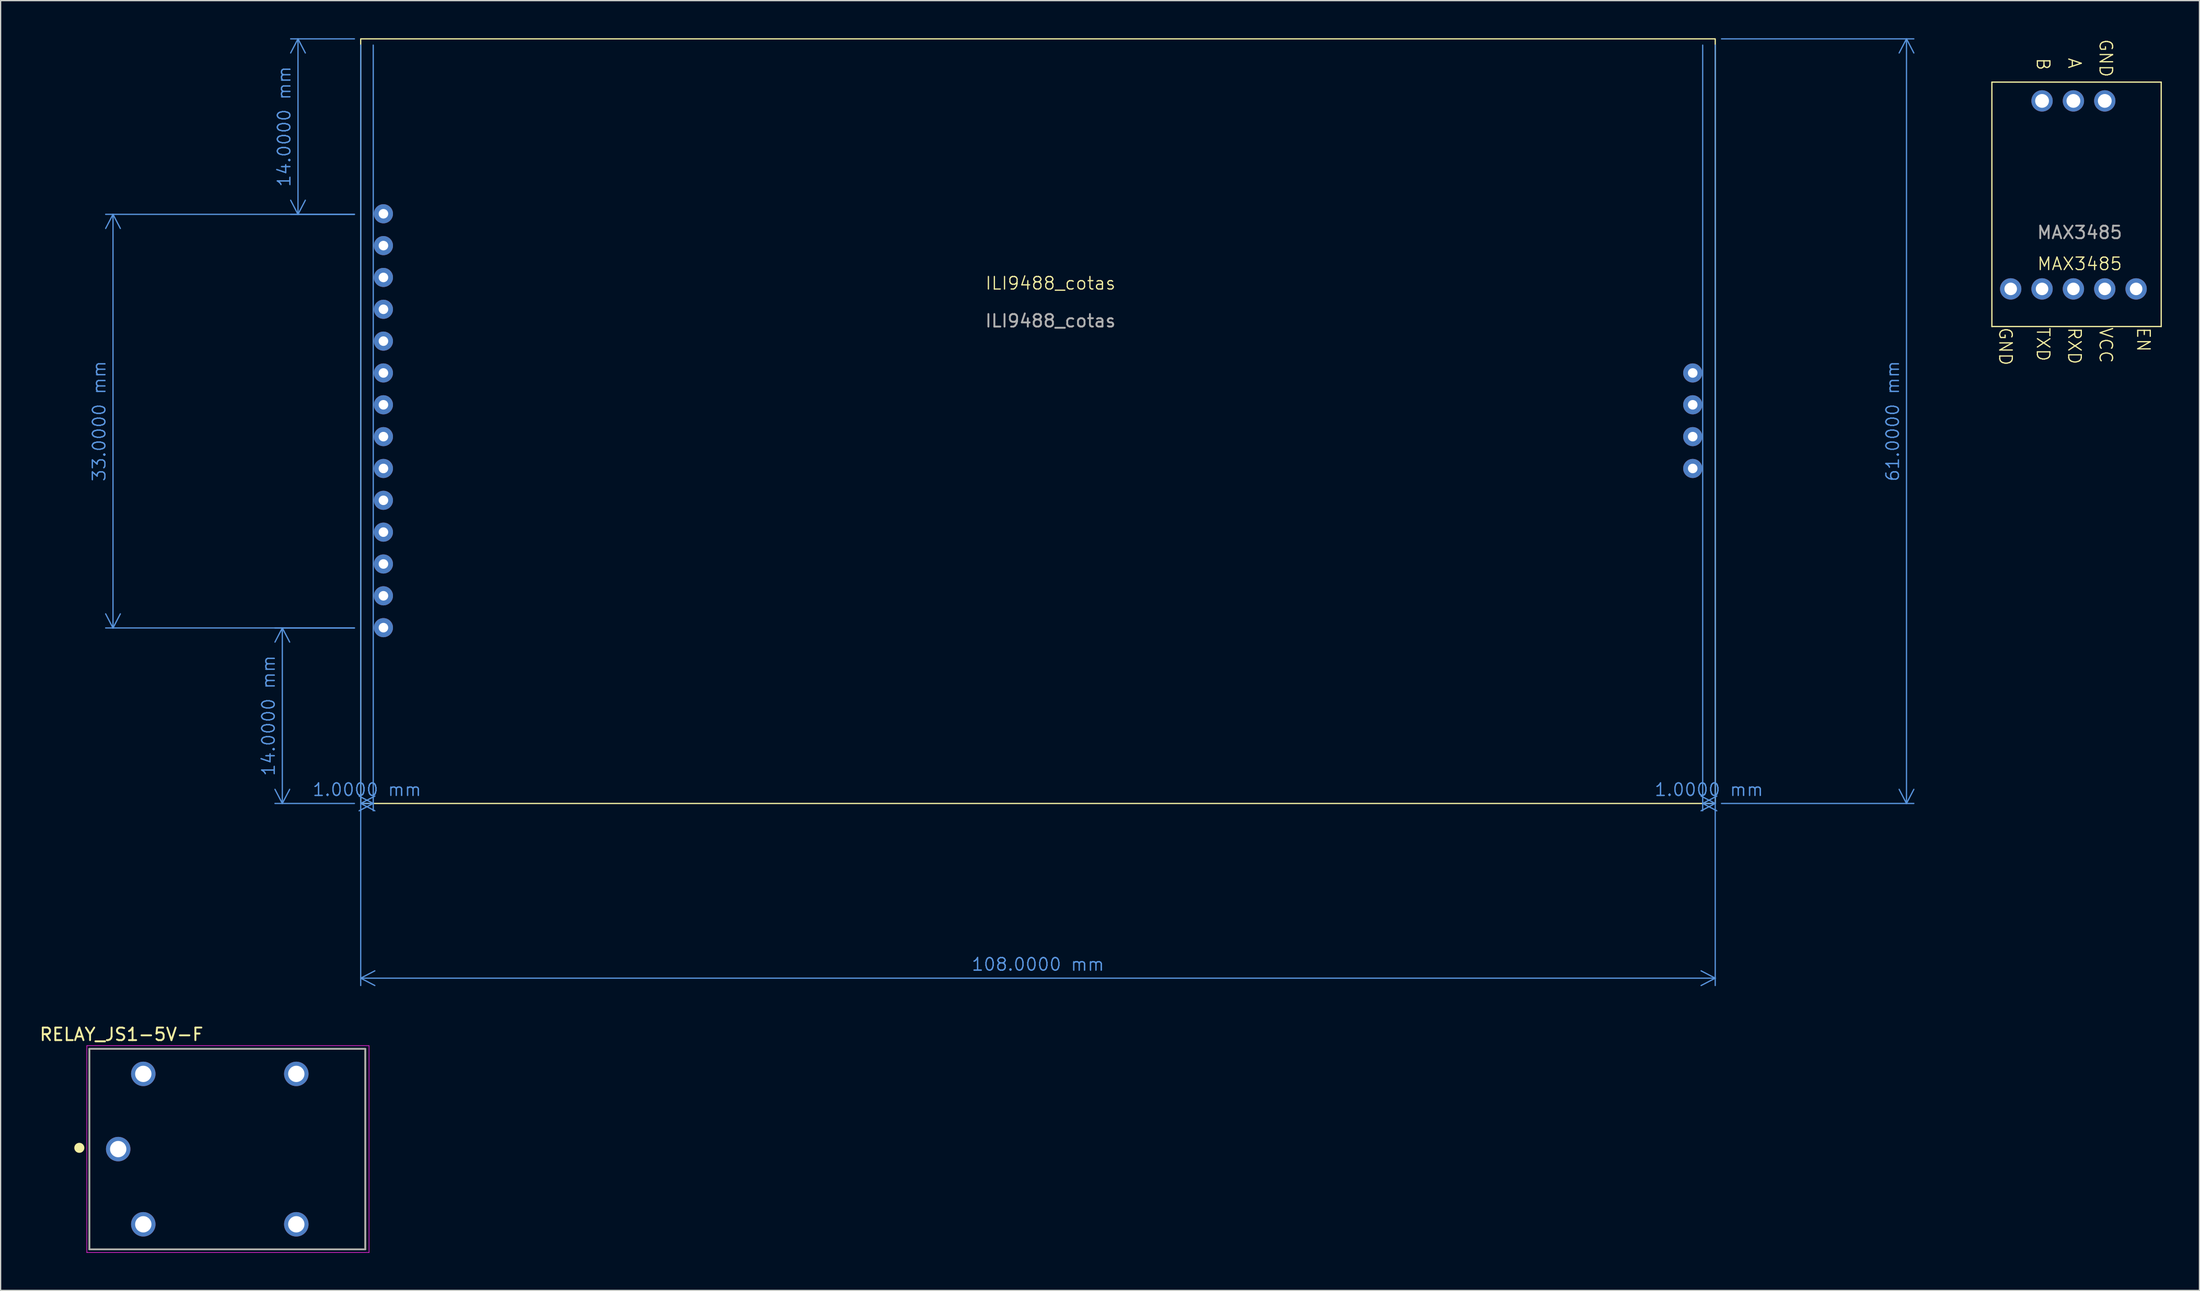
<source format=kicad_pcb>
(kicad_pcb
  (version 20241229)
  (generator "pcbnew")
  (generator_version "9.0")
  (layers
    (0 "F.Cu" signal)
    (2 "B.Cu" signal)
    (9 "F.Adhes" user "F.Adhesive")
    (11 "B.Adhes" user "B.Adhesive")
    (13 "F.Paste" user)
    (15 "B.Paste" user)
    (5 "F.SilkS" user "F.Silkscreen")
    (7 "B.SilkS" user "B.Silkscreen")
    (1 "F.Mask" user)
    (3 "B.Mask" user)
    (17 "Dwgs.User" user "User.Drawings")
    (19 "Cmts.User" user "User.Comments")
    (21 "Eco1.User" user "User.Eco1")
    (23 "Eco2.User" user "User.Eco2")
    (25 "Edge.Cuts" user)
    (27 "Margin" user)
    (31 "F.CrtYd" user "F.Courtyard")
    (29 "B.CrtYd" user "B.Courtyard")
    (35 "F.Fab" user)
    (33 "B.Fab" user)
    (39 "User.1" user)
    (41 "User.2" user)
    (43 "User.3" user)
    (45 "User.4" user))
  (footprint "RELAY_JS1-5V-F"
    (layer "F.Cu")
    (at 15.075 88.626)
    (property "Reference" "RELAY_JS1-5V-F" (at -8.439 -9.15 0) (layer "F.SilkS") (effects (font (size 1.002 1.002) (thickness 0.15))))
    (attr through_hole)
    (fp_line (start -11 -8) (end 11 -8) (stroke (width 0.127) (type solid)) (layer "F.SilkS"))
    (fp_line (start -11 8) (end -11 -8) (stroke (width 0.127) (type solid)) (layer "F.SilkS"))
    (fp_line (start 11 -8) (end 11 8) (stroke (width 0.127) (type solid)) (layer "F.SilkS"))
    (fp_line (start 11 8) (end -11 8) (stroke (width 0.127) (type solid)) (layer "F.SilkS"))
    (fp_circle (center -11.8 -0.1) (end -11.6 -0.1) (stroke (width 0.4) (type solid)) (fill no) (layer "F.SilkS"))
    (fp_line (start -11.2 -8.25) (end 11.3 -8.25) (stroke (width 0.05) (type solid)) (layer "F.CrtYd"))
    (fp_line (start -11.2 8.25) (end -11.2 -8.25) (stroke (width 0.05) (type solid)) (layer "F.CrtYd"))
    (fp_line (start 11.3 -8.25) (end 11.3 8.25) (stroke (width 0.05) (type solid)) (layer "F.CrtYd"))
    (fp_line (start 11.3 8.25) (end -11.2 8.25) (stroke (width 0.05) (type solid)) (layer "F.CrtYd"))
    (fp_line (start -11 -8) (end 11 -8) (stroke (width 0.127) (type solid)) (layer "F.Fab"))
    (fp_line (start -11 8) (end -11 -8) (stroke (width 0.127) (type solid)) (layer "F.Fab"))
    (fp_line (start 11 -8) (end 11 8) (stroke (width 0.127) (type solid)) (layer "F.Fab"))
    (fp_line (start 11 8) (end -11 8) (stroke (width 0.127) (type solid)) (layer "F.Fab"))
    (fp_circle (center -8.7 0) (end -8.5 0) (stroke (width 0.4) (type solid)) (fill no) (layer "F.Fab"))
    (pad "1" thru_hole circle (at -8.7 0) (size 1.95 1.95) (drill 1.3) (layers "*.Cu" "*.Mask"))
    (pad "2" thru_hole circle (at -6.7 -6) (size 1.95 1.95) (drill 1.3) (layers "*.Cu" "*.Mask"))
    (pad "3" thru_hole circle (at 5.5 -6) (size 1.95 1.95) (drill 1.3) (layers "*.Cu" "*.Mask"))
    (pad "4" thru_hole circle (at 5.5 6) (size 1.95 1.95) (drill 1.3) (layers "*.Cu" "*.Mask"))
    (pad "5" thru_hole circle (at -6.7 6) (size 1.95 1.95) (drill 1.3) (layers "*.Cu" "*.Mask")))
  (footprint "MAX3485"
    (layer "F.Cu")
    (at 162.769 20)
    (property "Reference" "MAX3485" (at 0 -2 0) (unlocked yes) (layer "F.SilkS") (effects (font (size 1 1) (thickness 0.1))))
    (attr through_hole)
    (fp_line (start -7 -16.5) (end 6.5 -16.5) (stroke (width 0.1) (type default)) (layer "F.SilkS"))
    (fp_line (start -7 3) (end -7 -16.5) (stroke (width 0.1) (type default)) (layer "F.SilkS"))
    (fp_line (start -7 3) (end 6.5 3) (stroke (width 0.1) (type default)) (layer "F.SilkS"))
    (fp_line (start 6.5 -16.5) (end 6.5 3) (stroke (width 0.1) (type default)) (layer "F.SilkS"))
    (fp_text user "RXD" (at -1 3 270) (unlocked yes) (layer "F.SilkS") (effects (font (size 1 1) (thickness 0.1)) (justify left bottom)))
    (fp_text user "GND" (at 1.5 -20 270) (unlocked yes) (layer "F.SilkS") (effects (font (size 1 1) (thickness 0.1)) (justify left bottom)))
    (fp_text user "B" (at -3.5 -18.5 270) (unlocked yes) (layer "F.SilkS") (effects (font (size 1 1) (thickness 0.1)) (justify left bottom)))
    (fp_text user "A" (at -1 -18.5 270) (unlocked yes) (layer "F.SilkS") (effects (font (size 1 1) (thickness 0.1)) (justify left bottom)))
    (fp_text user "TXD" (at -3.5 3 270) (unlocked yes) (layer "F.SilkS") (effects (font (size 1 1) (thickness 0.1)) (justify left bottom)))
    (fp_text user "GND" (at -6.5 3 270) (unlocked yes) (layer "F.SilkS") (effects (font (size 1 1) (thickness 0.1)) (justify left bottom)))
    (fp_text user "VCC" (at 1.5 3 270) (unlocked yes) (layer "F.SilkS") (effects (font (size 1 1) (thickness 0.1)) (justify left bottom)))
    (fp_text user "EN" (at 4.5 3 270) (unlocked yes) (layer "F.SilkS") (effects (font (size 1 1) (thickness 0.1)) (justify left bottom)))
    (fp_text user "${REFERENCE}" (at 0 -4.5 0) (unlocked yes) (layer "F.Fab") (effects (font (size 1 1) (thickness 0.15))))
    (pad "1" thru_hole circle (at 4.5 0) (size 1.7 1.7) (drill 1) (layers "*.Cu" "*.Mask"))
    (pad "2" thru_hole circle (at 2 0) (size 1.7 1.7) (drill 1) (layers "*.Cu" "*.Mask"))
    (pad "3" thru_hole circle (at -0.5 0) (size 1.7 1.7) (drill 1) (layers "*.Cu" "*.Mask"))
    (pad "4" thru_hole circle (at -3 0) (size 1.7 1.7) (drill 1) (layers "*.Cu" "*.Mask"))
    (pad "5" thru_hole circle (at -5.5 0) (size 1.7 1.7) (drill 1) (layers "*.Cu" "*.Mask"))
    (pad "6" thru_hole circle (at 2 -15) (size 1.7 1.7) (drill 1.1) (layers "*.Cu" "*.Mask"))
    (pad "7" thru_hole circle (at -0.5 -15) (size 1.7 1.7) (drill 1.1) (layers "*.Cu" "*.Mask"))
    (pad "8" thru_hole circle (at -3 -15) (size 1.7 1.7) (drill 1.1) (layers "*.Cu" "*.Mask")))
  (footprint "ILI9488_cotas"
    (layer "F.Cu")
    (at 80.71 20.05)
    (property "Reference" "ILI9488_cotas" (at 0 -0.5 0) (unlocked yes) (layer "F.SilkS") (effects (font (size 1 1) (thickness 0.1))))
    (attr through_hole)
    (fp_rect (start -55 -20) (end 53 41) (stroke (width 0.1) (type default)) (fill no) (layer "F.SilkS"))
    (fp_text user "${REFERENCE}" (at 0 2.5 0) (unlocked yes) (layer "F.Fab") (effects (font (size 1 1) (thickness 0.15))))
    (dimension (type aligned) (layer "Cmts.User") (pts (xy 25.71 61.05) (xy 25.71 47.05)) (height -6.25) (format (prefix "") (suffix "") (units 3) (units_format 1) (precision 4)) (style (thickness 0.1) (arrow_length 1.27) (text_position_mode 0) (arrow_direction outward) (extension_height 0.586) (extension_offset 0.5) (keep_text_aligned yes)) (gr_text "14.0000 mm" (at 18.36 54.05 90) (layer "Cmts.User") (effects (font (size 1 1) (thickness 0.1)))))
    (dimension (type aligned) (layer "Cmts.User") (pts (xy 133.71 0.05) (xy 133.71 61.05)) (height -15.25) (format (prefix "") (suffix "") (units 3) (units_format 1) (precision 4)) (style (thickness 0.1) (arrow_length 1.27) (text_position_mode 0) (arrow_direction outward) (extension_height 0.586) (extension_offset 0.5) (keep_text_aligned yes)) (gr_text "61.0000 mm" (at 147.86 30.55 90) (layer "Cmts.User") (effects (font (size 1 1) (thickness 0.1)))))
    (dimension (type aligned) (layer "Cmts.User") (pts (xy 132.71 0.05) (xy 133.71 0.05)) (height 61) (format (prefix "") (suffix "") (units 3) (units_format 1) (precision 4)) (style (thickness 0.1) (arrow_length 1.27) (text_position_mode 0) (arrow_direction outward) (extension_height 0.586) (extension_offset 0.5) (keep_text_aligned yes)) (gr_text "1.0000 mm" (at 133.21 59.95 0) (layer "Cmts.User") (effects (font (size 1 1) (thickness 0.1)))))
    (dimension (type aligned) (layer "Cmts.User") (pts (xy 25.71 0.05) (xy 26.71 0.05)) (height 61) (format (prefix "") (suffix "") (units 3) (units_format 1) (precision 4)) (style (thickness 0.1) (arrow_length 1.27) (text_position_mode 0) (arrow_direction outward) (extension_height 0.586) (extension_offset 0.5) (keep_text_aligned yes)) (gr_text "1.0000 mm" (at 26.21 59.95 0) (layer "Cmts.User") (effects (font (size 1 1) (thickness 0.1)))))
    (dimension (type aligned) (layer "Cmts.User") (pts (xy 25.71 61.05) (xy 133.71 61.05)) (height 13.94) (format (prefix "") (suffix "") (units 3) (units_format 1) (precision 4)) (style (thickness 0.1) (arrow_length 1.27) (text_position_mode 0) (arrow_direction outward) (extension_height 0.586) (extension_offset 0.5) (keep_text_aligned yes)) (gr_text "108.0000 mm" (at 79.71 73.89 0) (layer "Cmts.User") (effects (font (size 1 1) (thickness 0.1)))))
    (dimension (type aligned) (layer "Cmts.User") (pts (xy 25.71 0.05) (xy 25.71 14.05)) (height 5) (format (prefix "") (suffix "") (units 3) (units_format 1) (precision 4)) (style (thickness 0.1) (arrow_length 1.27) (text_position_mode 0) (arrow_direction outward) (extension_height 0.586) (extension_offset 0.5) (keep_text_aligned yes)) (gr_text "14.0000 mm" (at 19.61 7.05 90) (layer "Cmts.User") (effects (font (size 1 1) (thickness 0.1)))))
    (dimension (type aligned) (layer "Cmts.User") (pts (xy 25.71 47.05) (xy 25.71 14.05)) (height -19.75) (format (prefix "") (suffix "") (units 3) (units_format 1) (precision 4)) (style (thickness 0.1) (arrow_length 1.27) (text_position_mode 0) (arrow_direction outward) (extension_height 0.586) (extension_offset 0.5) (keep_text_aligned yes)) (gr_text "33.0000 mm" (at 4.86 30.55 90) (layer "Cmts.User") (effects (font (size 1 1) (thickness 0.1)))))
    (pad "1" thru_hole circle (at -53.188 -6.045) (size 1.524 1.524) (drill 0.762) (layers "*.Cu" "*.Mask"))
    (pad "2" thru_hole circle (at -53.188 -3.505) (size 1.524 1.524) (drill 0.762) (layers "*.Cu" "*.Mask"))
    (pad "3" thru_hole circle (at -53.188 -0.965) (size 1.524 1.524) (drill 0.762) (layers "*.Cu" "*.Mask"))
    (pad "4" thru_hole circle (at -53.188 1.575) (size 1.524 1.524) (drill 0.762) (layers "*.Cu" "*.Mask"))
    (pad "5" thru_hole circle (at -53.188 4.115) (size 1.524 1.524) (drill 0.762) (layers "*.Cu" "*.Mask"))
    (pad "6" thru_hole circle (at -53.188 6.655) (size 1.524 1.524) (drill 0.762) (layers "*.Cu" "*.Mask"))
    (pad "7" thru_hole circle (at -53.188 9.195) (size 1.524 1.524) (drill 0.762) (layers "*.Cu" "*.Mask"))
    (pad "8" thru_hole circle (at -53.188 11.735) (size 1.524 1.524) (drill 0.762) (layers "*.Cu" "*.Mask"))
    (pad "9" thru_hole circle (at -53.188 14.275) (size 1.524 1.524) (drill 0.762) (layers "*.Cu" "*.Mask"))
    (pad "10" thru_hole circle (at -53.188 16.815) (size 1.524 1.524) (drill 0.762) (layers "*.Cu" "*.Mask"))
    (pad "11" thru_hole circle (at -53.188 19.355) (size 1.524 1.524) (drill 0.762) (layers "*.Cu" "*.Mask"))
    (pad "12" thru_hole circle (at -53.188 21.895) (size 1.524 1.524) (drill 0.762) (layers "*.Cu" "*.Mask"))
    (pad "13" thru_hole circle (at -53.188 24.434) (size 1.524 1.524) (drill 0.762) (layers "*.Cu" "*.Mask"))
    (pad "14" thru_hole circle (at -53.188 26.975) (size 1.524 1.524) (drill 0.762) (layers "*.Cu" "*.Mask"))
    (pad "15" thru_hole circle (at 51.206 6.655) (size 1.524 1.524) (drill 0.762) (layers "*.Cu" "*.Mask"))
    (pad "16" thru_hole circle (at 51.206 9.195) (size 1.524 1.524) (drill 0.762) (layers "*.Cu" "*.Mask"))
    (pad "17" thru_hole circle (at 51.206 11.735) (size 1.524 1.524) (drill 0.762) (layers "*.Cu" "*.Mask"))
    (pad "18" thru_hole circle (at 51.206 14.275) (size 1.524 1.524) (drill 0.762) (layers "*.Cu" "*.Mask")))
  (gr_rect
    (start -3 -3)
    (end 172.319 99.901)
    (stroke (width 0.1) (type default))
    (fill no)
    (layer "Edge.Cuts")))
</source>
